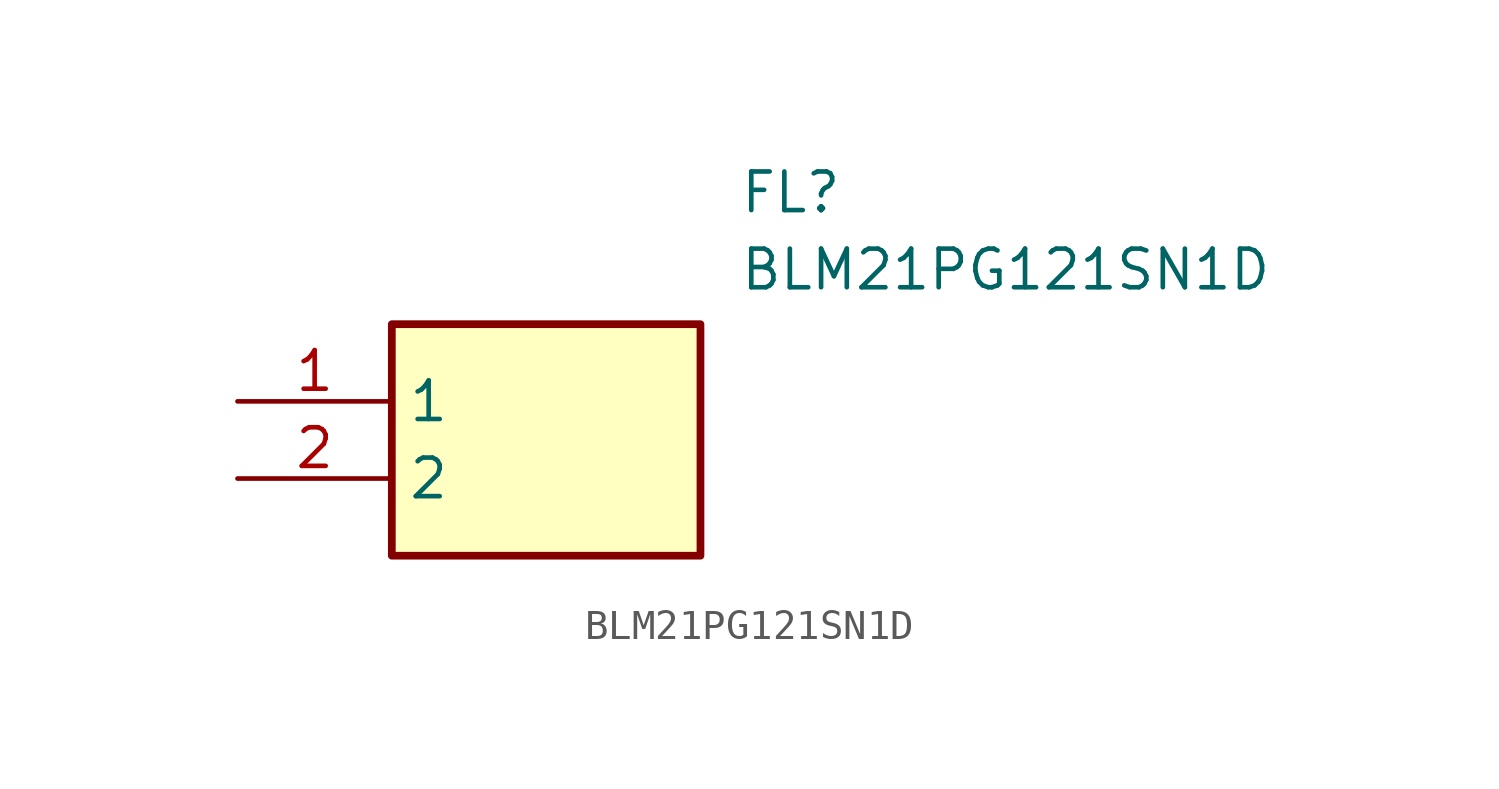
<source format=kicad_sym>
(kicad_symbol_lib
  (version 20211014)
  (generator SamacSys_ECAD_Model)
  (symbol "BLM21PG121SN1D"
    (property "Reference" "FL"
      (at 16.51 7.62 0)
      (effects (font (size 1.27 1.27)) (justify left top)))
    (property "Value" "BLM21PG121SN1D"
      (at 16.51 5.08 0)
      (effects (font (size 1.27 1.27)) (justify left top)))
    (rectangle
      (start 5.08 2.54)
      (end 15.24 -5.08)
      (stroke (width 0.254) (type default))
      (fill (type background)))
    (pin passive line
      (at 0 0 0)
      (length 5.08)
      (name "1" (effects (font (size 1.27 1.27))))
      (number "1" (effects (font (size 1.27 1.27)))))
    (pin passive line
      (at 0 -2.54 0)
      (length 5.08)
      (name "2" (effects (font (size 1.27 1.27))))
      (number "2" (effects (font (size 1.27 1.27)))))))
</source>
